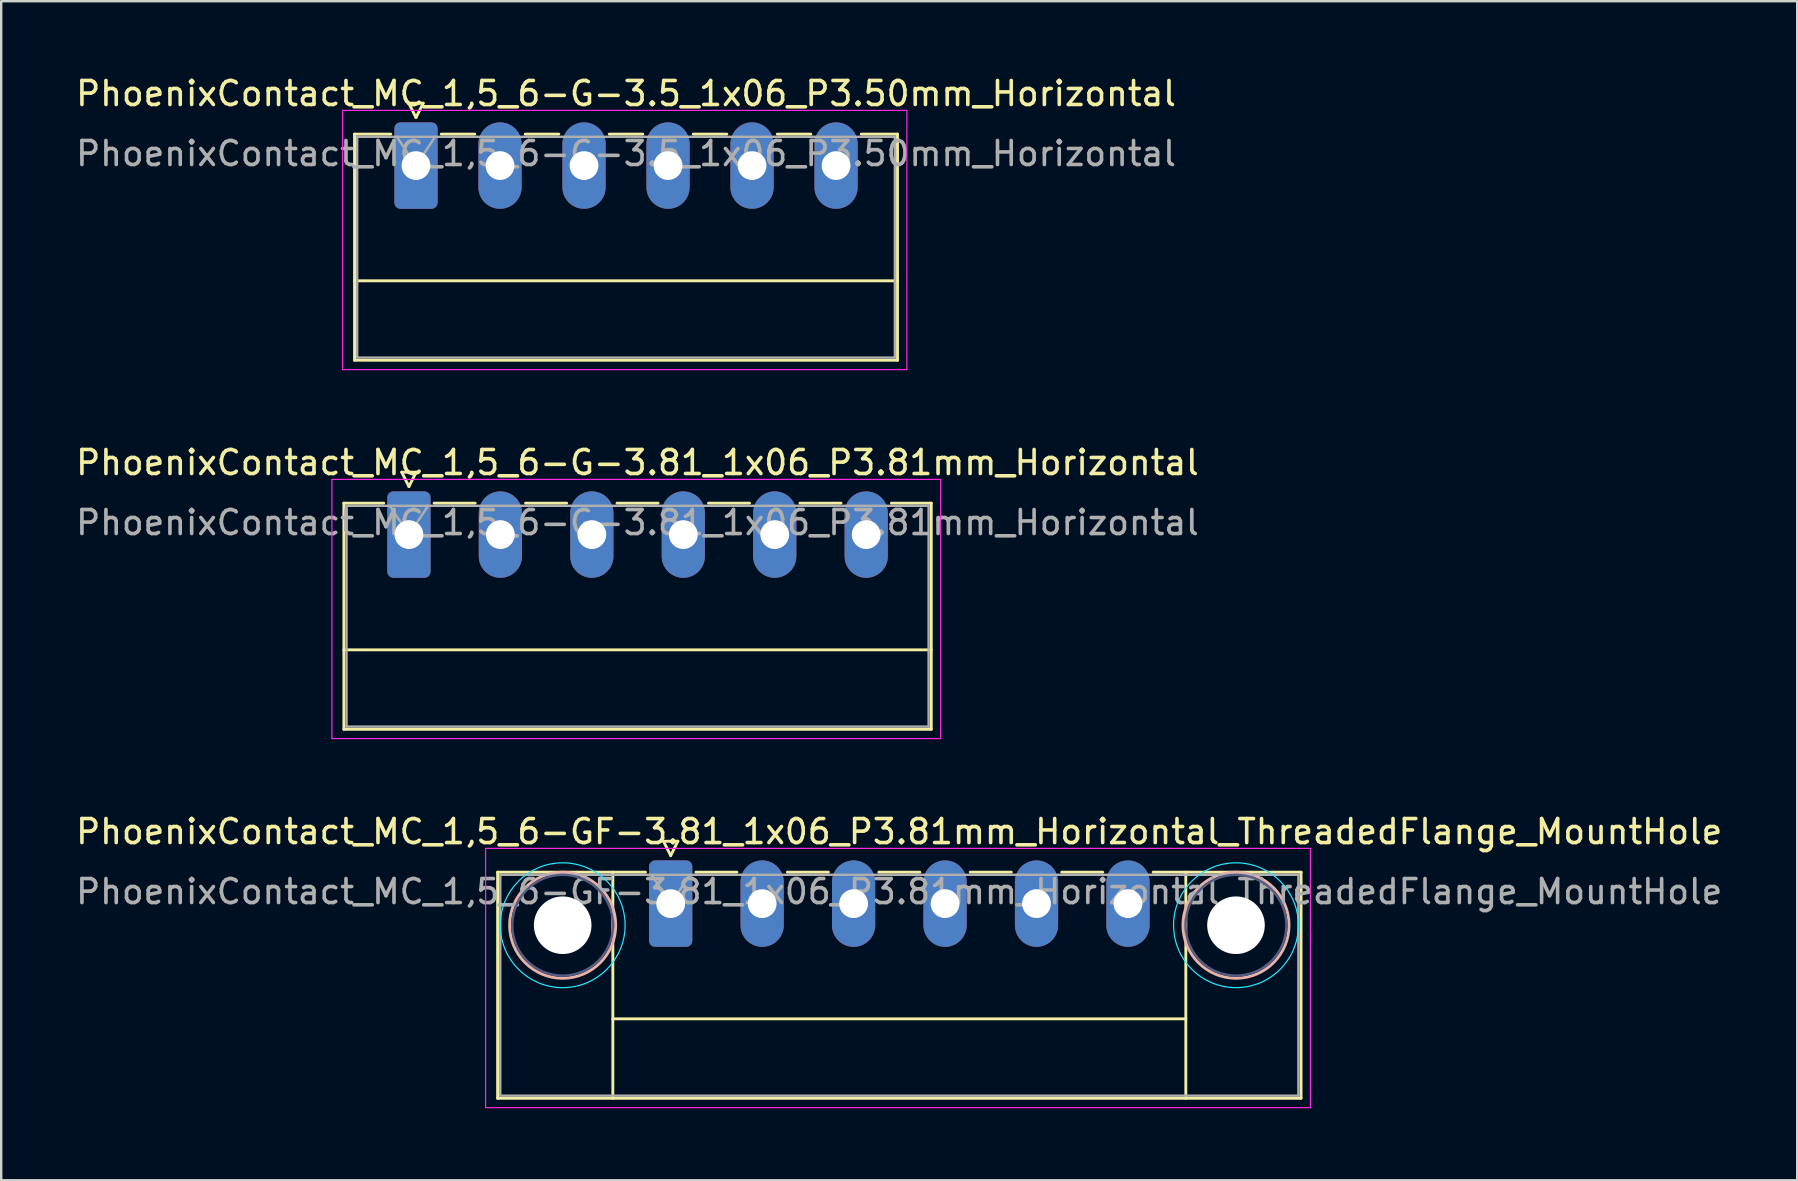
<source format=kicad_pcb>
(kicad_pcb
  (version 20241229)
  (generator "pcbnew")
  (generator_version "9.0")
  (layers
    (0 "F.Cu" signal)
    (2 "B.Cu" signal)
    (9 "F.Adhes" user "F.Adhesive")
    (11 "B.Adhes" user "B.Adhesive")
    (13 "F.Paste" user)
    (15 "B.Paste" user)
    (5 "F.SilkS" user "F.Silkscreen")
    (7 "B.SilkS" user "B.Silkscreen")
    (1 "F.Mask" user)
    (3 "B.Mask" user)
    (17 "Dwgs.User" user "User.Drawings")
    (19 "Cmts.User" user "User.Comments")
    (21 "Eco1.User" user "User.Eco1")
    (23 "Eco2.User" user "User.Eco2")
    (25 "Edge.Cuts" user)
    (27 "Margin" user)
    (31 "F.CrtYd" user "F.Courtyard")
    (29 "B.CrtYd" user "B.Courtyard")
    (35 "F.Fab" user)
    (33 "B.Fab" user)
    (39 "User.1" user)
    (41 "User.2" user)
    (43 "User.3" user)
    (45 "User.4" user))
  (footprint "PhoenixContact_MC_1,5_6-GF-3.81_1x06_P3.81mm_Horizontal_ThreadedFlange_MountHole"
    (layer "F.Cu")
    (at 24.891 34.595)
    (property "Reference" "PhoenixContact_MC_1,5_6-GF-3.81_1x06_P3.81mm_Horizontal_ThreadedFlange_MountHole" (at 9.52 -3 0) (layer "F.SilkS") (effects (font (size 1 1) (thickness 0.15))))
    (attr through_hole)
    (fp_line (start -7.21 -1.31) (end -7.21 8.11) (stroke (width 0.12) (type solid)) (layer "F.SilkS"))
    (fp_line (start -7.21 -1.31) (end -1.05 -1.31) (stroke (width 0.12) (type solid)) (layer "F.SilkS"))
    (fp_line (start -7.21 8.11) (end 26.26 8.11) (stroke (width 0.12) (type solid)) (layer "F.SilkS"))
    (fp_line (start -2.41 -1.31) (end -2.41 8.11) (stroke (width 0.12) (type solid)) (layer "F.SilkS"))
    (fp_line (start -2.41 4.8) (end 21.46 4.8) (stroke (width 0.12) (type solid)) (layer "F.SilkS"))
    (fp_line (start -0.3 -2.6) (end 0.3 -2.6) (stroke (width 0.12) (type solid)) (layer "F.SilkS"))
    (fp_line (start 0 -2) (end -0.3 -2.6) (stroke (width 0.12) (type solid)) (layer "F.SilkS"))
    (fp_line (start 0.3 -2.6) (end 0 -2) (stroke (width 0.12) (type solid)) (layer "F.SilkS"))
    (fp_line (start 1.05 -1.31) (end 2.76 -1.31) (stroke (width 0.12) (type solid)) (layer "F.SilkS"))
    (fp_line (start 4.86 -1.31) (end 6.57 -1.31) (stroke (width 0.12) (type solid)) (layer "F.SilkS"))
    (fp_line (start 8.67 -1.31) (end 10.38 -1.31) (stroke (width 0.12) (type solid)) (layer "F.SilkS"))
    (fp_line (start 12.48 -1.31) (end 14.19 -1.31) (stroke (width 0.12) (type solid)) (layer "F.SilkS"))
    (fp_line (start 16.29 -1.31) (end 18 -1.31) (stroke (width 0.12) (type solid)) (layer "F.SilkS"))
    (fp_line (start 21.46 -1.31) (end 21.46 8.11) (stroke (width 0.12) (type solid)) (layer "F.SilkS"))
    (fp_line (start 26.26 -1.31) (end 20.1 -1.31) (stroke (width 0.12) (type solid)) (layer "F.SilkS"))
    (fp_line (start 26.26 8.11) (end 26.26 -1.31) (stroke (width 0.12) (type solid)) (layer "F.SilkS"))
    (fp_circle (center -4.5 0.9) (end -2.29 0.9) (stroke (width 0.12) (type solid)) (fill no) (layer "B.SilkS"))
    (fp_circle (center 23.55 0.9) (end 25.76 0.9) (stroke (width 0.12) (type solid)) (fill no) (layer "B.SilkS"))
    (fp_circle (center -4.5 0.9) (end -1.9 0.9) (stroke (width 0.05) (type solid)) (fill no) (layer "B.CrtYd"))
    (fp_circle (center 23.55 0.9) (end 26.15 0.9) (stroke (width 0.05) (type solid)) (fill no) (layer "B.CrtYd"))
    (fp_line (start -7.71 -2.3) (end -7.71 8.5) (stroke (width 0.05) (type solid)) (layer "F.CrtYd"))
    (fp_line (start -7.71 8.5) (end 26.65 8.5) (stroke (width 0.05) (type solid)) (layer "F.CrtYd"))
    (fp_line (start 26.65 -2.3) (end -7.71 -2.3) (stroke (width 0.05) (type solid)) (layer "F.CrtYd"))
    (fp_line (start 26.65 8.5) (end 26.65 -2.3) (stroke (width 0.05) (type solid)) (layer "F.CrtYd"))
    (fp_circle (center -4.5 0.9) (end -2.4 0.9) (stroke (width 0.1) (type solid)) (fill no) (layer "B.Fab"))
    (fp_circle (center 23.55 0.9) (end 25.65 0.9) (stroke (width 0.1) (type solid)) (fill no) (layer "B.Fab"))
    (fp_line (start -7.1 -1.2) (end -7.1 8) (stroke (width 0.1) (type solid)) (layer "F.Fab"))
    (fp_line (start -7.1 8) (end 26.15 8) (stroke (width 0.1) (type solid)) (layer "F.Fab"))
    (fp_line (start 0 0) (end -0.8 -1.2) (stroke (width 0.1) (type solid)) (layer "F.Fab"))
    (fp_line (start 0.8 -1.2) (end 0 0) (stroke (width 0.1) (type solid)) (layer "F.Fab"))
    (fp_line (start 26.15 -1.2) (end -7.1 -1.2) (stroke (width 0.1) (type solid)) (layer "F.Fab"))
    (fp_line (start 26.15 8) (end 26.15 -1.2) (stroke (width 0.1) (type solid)) (layer "F.Fab"))
    (fp_text user "${REFERENCE}" (at 9.52 -0.5 0) (layer "F.Fab") (effects (font (size 1 1) (thickness 0.15))))
    (pad "" np_thru_hole circle (at -4.5 0.9) (size 2.4 2.4) (drill 2.4) (layers "*.Cu" "*.Mask"))
    (pad "" np_thru_hole circle (at 23.55 0.9) (size 2.4 2.4) (drill 2.4) (layers "*.Cu" "*.Mask"))
    (pad "1" thru_hole roundrect (at 0 0) (size 1.8 3.6) (drill 1.2) (layers "*.Cu" "*.Mask") (roundrect_rratio 0.139))
    (pad "2" thru_hole oval (at 3.81 0) (size 1.8 3.6) (drill 1.2) (layers "*.Cu" "*.Mask"))
    (pad "3" thru_hole oval (at 7.62 0) (size 1.8 3.6) (drill 1.2) (layers "*.Cu" "*.Mask"))
    (pad "4" thru_hole oval (at 11.43 0) (size 1.8 3.6) (drill 1.2) (layers "*.Cu" "*.Mask"))
    (pad "5" thru_hole oval (at 15.24 0) (size 1.8 3.6) (drill 1.2) (layers "*.Cu" "*.Mask"))
    (pad "6" thru_hole oval (at 19.05 0) (size 1.8 3.6) (drill 1.2) (layers "*.Cu" "*.Mask")))
  (footprint "PhoenixContact_MC_1,5_6-G-3.81_1x06_P3.81mm_Horizontal"
    (layer "F.Cu")
    (at 13.986 19.221)
    (property "Reference" "PhoenixContact_MC_1,5_6-G-3.81_1x06_P3.81mm_Horizontal" (at 9.52 -3 0) (layer "F.SilkS") (effects (font (size 1 1) (thickness 0.15))))
    (attr through_hole)
    (fp_line (start -2.71 -1.31) (end -2.71 8.11) (stroke (width 0.12) (type solid)) (layer "F.SilkS"))
    (fp_line (start -2.71 -1.31) (end -1.05 -1.31) (stroke (width 0.12) (type solid)) (layer "F.SilkS"))
    (fp_line (start -2.71 4.8) (end 21.76 4.8) (stroke (width 0.12) (type solid)) (layer "F.SilkS"))
    (fp_line (start -2.71 8.11) (end 21.76 8.11) (stroke (width 0.12) (type solid)) (layer "F.SilkS"))
    (fp_line (start -0.3 -2.6) (end 0.3 -2.6) (stroke (width 0.12) (type solid)) (layer "F.SilkS"))
    (fp_line (start 0 -2) (end -0.3 -2.6) (stroke (width 0.12) (type solid)) (layer "F.SilkS"))
    (fp_line (start 0.3 -2.6) (end 0 -2) (stroke (width 0.12) (type solid)) (layer "F.SilkS"))
    (fp_line (start 1.05 -1.31) (end 2.76 -1.31) (stroke (width 0.12) (type solid)) (layer "F.SilkS"))
    (fp_line (start 4.86 -1.31) (end 6.57 -1.31) (stroke (width 0.12) (type solid)) (layer "F.SilkS"))
    (fp_line (start 8.67 -1.31) (end 10.38 -1.31) (stroke (width 0.12) (type solid)) (layer "F.SilkS"))
    (fp_line (start 12.48 -1.31) (end 14.19 -1.31) (stroke (width 0.12) (type solid)) (layer "F.SilkS"))
    (fp_line (start 16.29 -1.31) (end 18 -1.31) (stroke (width 0.12) (type solid)) (layer "F.SilkS"))
    (fp_line (start 21.76 -1.31) (end 20.1 -1.31) (stroke (width 0.12) (type solid)) (layer "F.SilkS"))
    (fp_line (start 21.76 8.11) (end 21.76 -1.31) (stroke (width 0.12) (type solid)) (layer "F.SilkS"))
    (fp_line (start -3.21 -2.3) (end -3.21 8.5) (stroke (width 0.05) (type solid)) (layer "F.CrtYd"))
    (fp_line (start -3.21 8.5) (end 22.15 8.5) (stroke (width 0.05) (type solid)) (layer "F.CrtYd"))
    (fp_line (start 22.15 -2.3) (end -3.21 -2.3) (stroke (width 0.05) (type solid)) (layer "F.CrtYd"))
    (fp_line (start 22.15 8.5) (end 22.15 -2.3) (stroke (width 0.05) (type solid)) (layer "F.CrtYd"))
    (fp_line (start -2.6 -1.2) (end -2.6 8) (stroke (width 0.1) (type solid)) (layer "F.Fab"))
    (fp_line (start -2.6 8) (end 21.65 8) (stroke (width 0.1) (type solid)) (layer "F.Fab"))
    (fp_line (start 0 0) (end -0.8 -1.2) (stroke (width 0.1) (type solid)) (layer "F.Fab"))
    (fp_line (start 0.8 -1.2) (end 0 0) (stroke (width 0.1) (type solid)) (layer "F.Fab"))
    (fp_line (start 21.65 -1.2) (end -2.6 -1.2) (stroke (width 0.1) (type solid)) (layer "F.Fab"))
    (fp_line (start 21.65 8) (end 21.65 -1.2) (stroke (width 0.1) (type solid)) (layer "F.Fab"))
    (fp_text user "${REFERENCE}" (at 9.52 -0.5 0) (layer "F.Fab") (effects (font (size 1 1) (thickness 0.15))))
    (pad "1" thru_hole roundrect (at 0 0) (size 1.8 3.6) (drill 1.2) (layers "*.Cu" "*.Mask") (roundrect_rratio 0.139))
    (pad "2" thru_hole oval (at 3.81 0) (size 1.8 3.6) (drill 1.2) (layers "*.Cu" "*.Mask"))
    (pad "3" thru_hole oval (at 7.62 0) (size 1.8 3.6) (drill 1.2) (layers "*.Cu" "*.Mask"))
    (pad "4" thru_hole oval (at 11.43 0) (size 1.8 3.6) (drill 1.2) (layers "*.Cu" "*.Mask"))
    (pad "5" thru_hole oval (at 15.24 0) (size 1.8 3.6) (drill 1.2) (layers "*.Cu" "*.Mask"))
    (pad "6" thru_hole oval (at 19.05 0) (size 1.8 3.6) (drill 1.2) (layers "*.Cu" "*.Mask")))
  (footprint "PhoenixContact_MC_1,5_6-G-3.5_1x06_P3.50mm_Horizontal"
    (layer "F.Cu")
    (at 14.28 3.848)
    (property "Reference" "PhoenixContact_MC_1,5_6-G-3.5_1x06_P3.50mm_Horizontal" (at 8.75 -3 0) (layer "F.SilkS") (effects (font (size 1 1) (thickness 0.15))))
    (attr through_hole)
    (fp_line (start -2.56 -1.31) (end -2.56 8.11) (stroke (width 0.12) (type solid)) (layer "F.SilkS"))
    (fp_line (start -2.56 -1.31) (end -1.05 -1.31) (stroke (width 0.12) (type solid)) (layer "F.SilkS"))
    (fp_line (start -2.56 4.8) (end 20.06 4.8) (stroke (width 0.12) (type solid)) (layer "F.SilkS"))
    (fp_line (start -2.56 8.11) (end 20.06 8.11) (stroke (width 0.12) (type solid)) (layer "F.SilkS"))
    (fp_line (start -0.3 -2.6) (end 0.3 -2.6) (stroke (width 0.12) (type solid)) (layer "F.SilkS"))
    (fp_line (start 0 -2) (end -0.3 -2.6) (stroke (width 0.12) (type solid)) (layer "F.SilkS"))
    (fp_line (start 0.3 -2.6) (end 0 -2) (stroke (width 0.12) (type solid)) (layer "F.SilkS"))
    (fp_line (start 1.05 -1.31) (end 2.45 -1.31) (stroke (width 0.12) (type solid)) (layer "F.SilkS"))
    (fp_line (start 4.55 -1.31) (end 5.95 -1.31) (stroke (width 0.12) (type solid)) (layer "F.SilkS"))
    (fp_line (start 8.05 -1.31) (end 9.45 -1.31) (stroke (width 0.12) (type solid)) (layer "F.SilkS"))
    (fp_line (start 11.55 -1.31) (end 12.95 -1.31) (stroke (width 0.12) (type solid)) (layer "F.SilkS"))
    (fp_line (start 15.05 -1.31) (end 16.45 -1.31) (stroke (width 0.12) (type solid)) (layer "F.SilkS"))
    (fp_line (start 20.06 -1.31) (end 18.55 -1.31) (stroke (width 0.12) (type solid)) (layer "F.SilkS"))
    (fp_line (start 20.06 8.11) (end 20.06 -1.31) (stroke (width 0.12) (type solid)) (layer "F.SilkS"))
    (fp_line (start -3.06 -2.3) (end -3.06 8.5) (stroke (width 0.05) (type solid)) (layer "F.CrtYd"))
    (fp_line (start -3.06 8.5) (end 20.45 8.5) (stroke (width 0.05) (type solid)) (layer "F.CrtYd"))
    (fp_line (start 20.45 -2.3) (end -3.06 -2.3) (stroke (width 0.05) (type solid)) (layer "F.CrtYd"))
    (fp_line (start 20.45 8.5) (end 20.45 -2.3) (stroke (width 0.05) (type solid)) (layer "F.CrtYd"))
    (fp_line (start -2.45 -1.2) (end -2.45 8) (stroke (width 0.1) (type solid)) (layer "F.Fab"))
    (fp_line (start -2.45 8) (end 19.95 8) (stroke (width 0.1) (type solid)) (layer "F.Fab"))
    (fp_line (start 0 0) (end -0.8 -1.2) (stroke (width 0.1) (type solid)) (layer "F.Fab"))
    (fp_line (start 0.8 -1.2) (end 0 0) (stroke (width 0.1) (type solid)) (layer "F.Fab"))
    (fp_line (start 19.95 -1.2) (end -2.45 -1.2) (stroke (width 0.1) (type solid)) (layer "F.Fab"))
    (fp_line (start 19.95 8) (end 19.95 -1.2) (stroke (width 0.1) (type solid)) (layer "F.Fab"))
    (fp_text user "${REFERENCE}" (at 8.75 -0.5 0) (layer "F.Fab") (effects (font (size 1 1) (thickness 0.15))))
    (pad "1" thru_hole roundrect (at 0 0) (size 1.8 3.6) (drill 1.2) (layers "*.Cu" "*.Mask") (roundrect_rratio 0.139))
    (pad "2" thru_hole oval (at 3.5 0) (size 1.8 3.6) (drill 1.2) (layers "*.Cu" "*.Mask"))
    (pad "3" thru_hole oval (at 7 0) (size 1.8 3.6) (drill 1.2) (layers "*.Cu" "*.Mask"))
    (pad "4" thru_hole oval (at 10.5 0) (size 1.8 3.6) (drill 1.2) (layers "*.Cu" "*.Mask"))
    (pad "5" thru_hole oval (at 14 0) (size 1.8 3.6) (drill 1.2) (layers "*.Cu" "*.Mask"))
    (pad "6" thru_hole oval (at 17.5 0) (size 1.8 3.6) (drill 1.2) (layers "*.Cu" "*.Mask")))
  (gr_rect
    (start -3 -3)
    (end 71.821 46.12)
    (stroke (width 0.1) (type default))
    (fill no)
    (layer "Edge.Cuts")))
</source>
